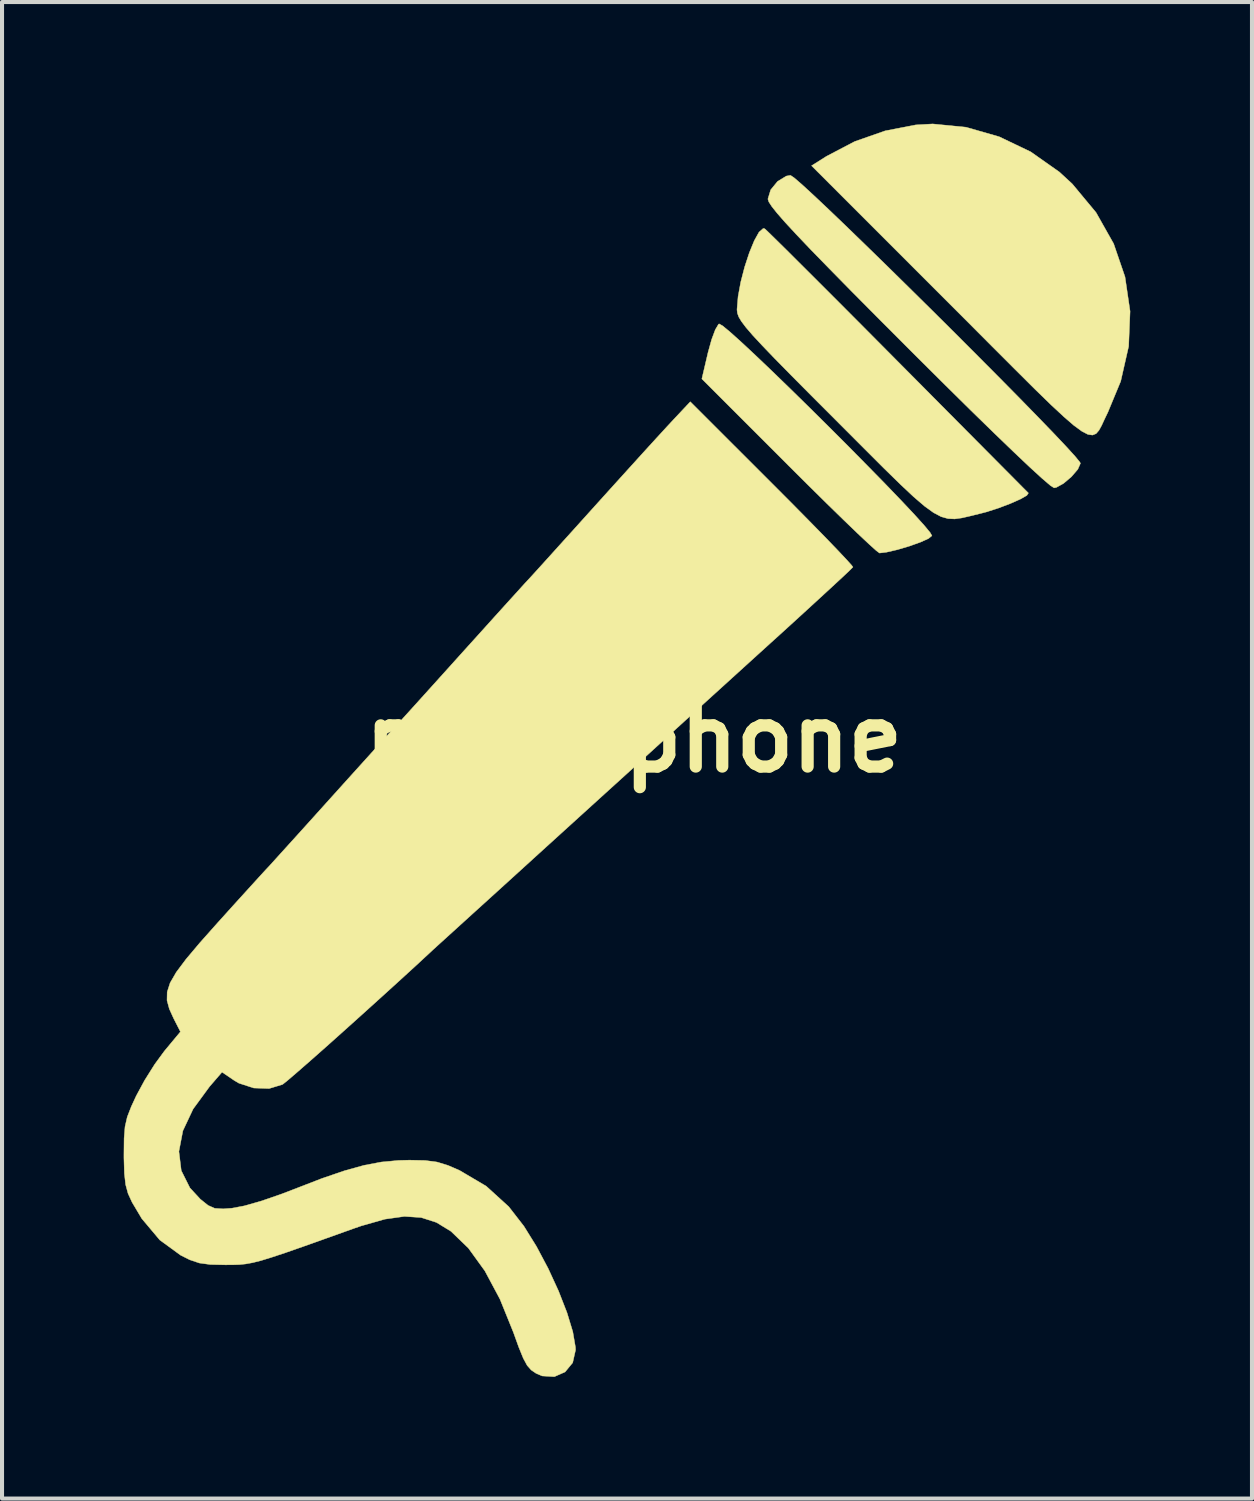
<source format=kicad_pcb>
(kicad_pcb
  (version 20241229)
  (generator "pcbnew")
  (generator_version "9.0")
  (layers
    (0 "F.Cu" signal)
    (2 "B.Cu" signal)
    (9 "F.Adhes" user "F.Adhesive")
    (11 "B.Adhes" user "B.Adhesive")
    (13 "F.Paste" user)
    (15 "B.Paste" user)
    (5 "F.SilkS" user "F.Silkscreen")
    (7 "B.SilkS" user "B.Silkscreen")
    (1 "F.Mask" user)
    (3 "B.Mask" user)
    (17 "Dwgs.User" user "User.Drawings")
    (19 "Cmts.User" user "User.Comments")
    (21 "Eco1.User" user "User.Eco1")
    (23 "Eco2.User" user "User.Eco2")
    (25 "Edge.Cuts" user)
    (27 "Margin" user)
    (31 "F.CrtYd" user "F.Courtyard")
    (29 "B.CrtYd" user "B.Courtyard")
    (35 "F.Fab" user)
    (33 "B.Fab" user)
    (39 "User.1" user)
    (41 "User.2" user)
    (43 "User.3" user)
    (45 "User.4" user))
  (footprint "microphone"
    (layer "F.Cu")
    (at 12.577 15.157)
    (property "Reference" "microphone" (at 0 0 0) (layer "F.SilkS") (effects (font (size 1.524 1.524) (thickness 0.3))))
    (attr through_hole)
    (fp_poly (pts (xy 8.187 -15.071) (xy 9.003 -14.837) (xy 9.78 -14.465) (xy 10.486 -13.968) (xy 10.805 -13.674) (xy 11.391 -12.969) (xy 11.825 -12.2) (xy 12.105 -11.383) (xy 12.23 -10.534) (xy 12.195 -9.671) (xy 11.999 -8.808) (xy 11.684 -8.048) (xy 11.599 -7.871) (xy 11.529 -7.719) (xy 11.463 -7.599) (xy 11.392 -7.517) (xy 11.305 -7.482) (xy 11.192 -7.498) (xy 11.043 -7.575) (xy 10.848 -7.717) (xy 10.597 -7.934) (xy 10.279 -8.23) (xy 9.885 -8.613) (xy 9.405 -9.091) (xy 8.827 -9.669) (xy 8.143 -10.356) (xy 7.798 -10.701) (xy 4.378 -14.122) (xy 4.749 -14.356) (xy 5.442 -14.719) (xy 6.193 -14.982) (xy 6.945 -15.128) (xy 7.366 -15.152) (xy 8.187 -15.071)) (stroke (width 0.01) (type solid)) (fill yes) (layer "F.SilkS"))
    (fp_poly (pts (xy 2.185 -10.176) (xy 2.371 -10.022) (xy 2.646 -9.775) (xy 2.993 -9.451) (xy 3.397 -9.066) (xy 3.844 -8.633) (xy 4.318 -8.168) (xy 4.805 -7.685) (xy 5.289 -7.201) (xy 5.755 -6.728) (xy 6.19 -6.284) (xy 6.576 -5.882) (xy 6.9 -5.538) (xy 7.146 -5.266) (xy 7.3 -5.081) (xy 7.346 -5.001) (xy 7.262 -4.932) (xy 7.06 -4.841) (xy 6.788 -4.744) (xy 6.494 -4.657) (xy 6.226 -4.595) (xy 6.053 -4.574) (xy 5.976 -4.631) (xy 5.793 -4.796) (xy 5.519 -5.053) (xy 5.168 -5.391) (xy 4.754 -5.795) (xy 4.291 -6.252) (xy 3.821 -6.72) (xy 1.674 -8.868) (xy 1.828 -9.524) (xy 1.915 -9.838) (xy 2.006 -10.082) (xy 2.085 -10.214) (xy 2.1 -10.224) (xy 2.185 -10.176)) (stroke (width 0.01) (type solid)) (fill yes) (layer "F.SilkS"))
    (fp_poly (pts (xy 3.946 -13.827) (xy 4.139 -13.661) (xy 4.424 -13.399) (xy 4.789 -13.055) (xy 5.22 -12.642) (xy 5.705 -12.172) (xy 6.231 -11.659) (xy 6.784 -11.115) (xy 7.353 -10.553) (xy 7.923 -9.986) (xy 8.481 -9.427) (xy 9.016 -8.889) (xy 9.514 -8.384) (xy 9.961 -7.926) (xy 10.345 -7.528) (xy 10.654 -7.201) (xy 10.873 -6.96) (xy 10.99 -6.817) (xy 11.007 -6.786) (xy 10.942 -6.639) (xy 10.786 -6.457) (xy 10.591 -6.291) (xy 10.411 -6.191) (xy 10.356 -6.181) (xy 10.264 -6.24) (xy 10.063 -6.412) (xy 9.759 -6.69) (xy 9.362 -7.066) (xy 8.878 -7.532) (xy 8.317 -8.079) (xy 7.687 -8.701) (xy 6.994 -9.39) (xy 6.751 -9.633) (xy 5.99 -10.396) (xy 5.343 -11.048) (xy 4.802 -11.599) (xy 4.357 -12.056) (xy 4.003 -12.428) (xy 3.73 -12.723) (xy 3.532 -12.949) (xy 3.399 -13.116) (xy 3.325 -13.23) (xy 3.302 -13.301) (xy 3.302 -13.301) (xy 3.371 -13.528) (xy 3.541 -13.736) (xy 3.756 -13.867) (xy 3.859 -13.885) (xy 3.946 -13.827)) (stroke (width 0.01) (type solid)) (fill yes) (layer "F.SilkS"))
    (fp_poly (pts (xy 3.222 -12.57) (xy 3.296 -12.502) (xy 3.478 -12.324) (xy 3.757 -12.049) (xy 4.12 -11.687) (xy 4.558 -11.25) (xy 5.059 -10.749) (xy 5.611 -10.195) (xy 6.203 -9.599) (xy 6.5 -9.3) (xy 7.106 -8.69) (xy 7.675 -8.116) (xy 8.197 -7.59) (xy 8.66 -7.124) (xy 9.054 -6.727) (xy 9.367 -6.412) (xy 9.588 -6.189) (xy 9.707 -6.07) (xy 9.724 -6.053) (xy 9.685 -5.994) (xy 9.523 -5.902) (xy 9.277 -5.793) (xy 8.984 -5.682) (xy 8.684 -5.586) (xy 8.533 -5.547) (xy 8.289 -5.487) (xy 8.085 -5.44) (xy 7.908 -5.415) (xy 7.741 -5.423) (xy 7.571 -5.471) (xy 7.383 -5.571) (xy 7.163 -5.73) (xy 6.896 -5.959) (xy 6.568 -6.267) (xy 6.163 -6.663) (xy 5.669 -7.157) (xy 5.069 -7.758) (xy 4.974 -7.853) (xy 4.367 -8.461) (xy 3.871 -8.961) (xy 3.473 -9.366) (xy 3.163 -9.689) (xy 2.929 -9.941) (xy 2.763 -10.134) (xy 2.651 -10.282) (xy 2.584 -10.394) (xy 2.551 -10.485) (xy 2.541 -10.566) (xy 2.541 -10.584) (xy 2.567 -10.897) (xy 2.633 -11.256) (xy 2.729 -11.627) (xy 2.844 -11.977) (xy 2.966 -12.274) (xy 3.083 -12.485) (xy 3.186 -12.576) (xy 3.222 -12.57)) (stroke (width 0.01) (type solid)) (fill yes) (layer "F.SilkS"))
    (fp_poly (pts (xy 3.404 -6.29) (xy 3.882 -5.811) (xy 4.317 -5.37) (xy 4.698 -4.981) (xy 5.009 -4.658) (xy 5.238 -4.415) (xy 5.37 -4.268) (xy 5.398 -4.228) (xy 5.332 -4.161) (xy 5.156 -3.994) (xy 4.884 -3.742) (xy 4.533 -3.419) (xy 4.116 -3.037) (xy 3.65 -2.612) (xy 3.387 -2.374) (xy 2.879 -1.913) (xy 2.395 -1.473) (xy 1.952 -1.071) (xy 1.57 -0.724) (xy 1.269 -0.45) (xy 1.066 -0.265) (xy 1.016 -0.219) (xy 0.843 -0.061) (xy 0.567 0.19) (xy 0.214 0.511) (xy -0.193 0.882) (xy -0.631 1.279) (xy -0.847 1.475) (xy -1.291 1.878) (xy -1.716 2.264) (xy -2.098 2.611) (xy -2.414 2.898) (xy -2.64 3.104) (xy -2.709 3.167) (xy -2.917 3.356) (xy -3.213 3.625) (xy -3.561 3.941) (xy -3.923 4.269) (xy -3.977 4.318) (xy -4.307 4.618) (xy -4.599 4.883) (xy -4.827 5.09) (xy -4.963 5.214) (xy -4.982 5.232) (xy -5.367 5.589) (xy -5.797 5.982) (xy -6.254 6.397) (xy -6.719 6.817) (xy -7.173 7.225) (xy -7.599 7.606) (xy -7.978 7.941) (xy -8.293 8.216) (xy -8.523 8.414) (xy -8.652 8.518) (xy -8.666 8.527) (xy -8.993 8.626) (xy -9.373 8.613) (xy -9.739 8.494) (xy -9.849 8.429) (xy -10.154 8.222) (xy -10.461 8.577) (xy -10.867 9.131) (xy -11.119 9.667) (xy -11.217 10.176) (xy -11.159 10.648) (xy -10.946 11.074) (xy -10.69 11.352) (xy -10.498 11.506) (xy -10.334 11.579) (xy -10.126 11.592) (xy -9.912 11.576) (xy -9.608 11.519) (xy -9.189 11.4) (xy -8.697 11.23) (xy -8.373 11.106) (xy -7.696 10.844) (xy -7.135 10.652) (xy -6.656 10.519) (xy -6.224 10.437) (xy -5.804 10.398) (xy -5.535 10.391) (xy -5.147 10.399) (xy -4.853 10.438) (xy -4.578 10.523) (xy -4.296 10.646) (xy -3.642 11.032) (xy -3.086 11.538) (xy -2.712 12.02) (xy -2.404 12.516) (xy -2.115 13.06) (xy -1.859 13.616) (xy -1.651 14.149) (xy -1.507 14.622) (xy -1.442 15.001) (xy -1.439 15.07) (xy -1.51 15.385) (xy -1.697 15.612) (xy -1.961 15.729) (xy -2.263 15.711) (xy -2.413 15.647) (xy -2.533 15.565) (xy -2.632 15.453) (xy -2.728 15.275) (xy -2.84 15) (xy -2.972 14.634) (xy -3.303 13.817) (xy -3.675 13.121) (xy -4.081 12.56) (xy -4.51 12.146) (xy -4.868 11.927) (xy -5.244 11.806) (xy -5.657 11.778) (xy -6.14 11.846) (xy -6.72 12.011) (xy -6.9 12.073) (xy -7.596 12.322) (xy -8.152 12.52) (xy -8.59 12.673) (xy -8.93 12.786) (xy -9.193 12.867) (xy -9.4 12.919) (xy -9.571 12.95) (xy -9.727 12.966) (xy -9.889 12.971) (xy -10.074 12.972) (xy -10.444 12.964) (xy -10.714 12.927) (xy -10.951 12.847) (xy -11.176 12.734) (xy -11.688 12.36) (xy -12.132 11.832) (xy -12.371 11.43) (xy -12.47 11.215) (xy -12.53 10.995) (xy -12.561 10.719) (xy -12.572 10.336) (xy -12.572 10.245) (xy -12.568 9.852) (xy -12.545 9.566) (xy -12.49 9.326) (xy -12.391 9.071) (xy -12.268 8.805) (xy -12.062 8.424) (xy -11.814 8.029) (xy -11.576 7.704) (xy -11.571 7.698) (xy -11.179 7.226) (xy -11.347 6.897) (xy -11.453 6.664) (xy -11.51 6.454) (xy -11.506 6.247) (xy -11.434 6.022) (xy -11.282 5.759) (xy -11.042 5.438) (xy -10.704 5.037) (xy -10.259 4.536) (xy -10.223 4.497) (xy -9.878 4.114) (xy -9.571 3.776) (xy -9.321 3.501) (xy -9.146 3.309) (xy -9.064 3.22) (xy -9.061 3.217) (xy -8.994 3.146) (xy -8.83 2.965) (xy -8.582 2.691) (xy -8.265 2.341) (xy -7.896 1.932) (xy -7.488 1.479) (xy -7.452 1.439) (xy -7.042 0.984) (xy -6.668 0.57) (xy -6.347 0.215) (xy -6.093 -0.066) (xy -5.92 -0.256) (xy -5.845 -0.337) (xy -5.843 -0.339) (xy -5.777 -0.41) (xy -5.612 -0.591) (xy -5.364 -0.865) (xy -5.048 -1.215) (xy -4.679 -1.624) (xy -4.271 -2.077) (xy -4.235 -2.117) (xy -3.824 -2.572) (xy -3.451 -2.986) (xy -3.13 -3.341) (xy -2.875 -3.622) (xy -2.703 -3.812) (xy -2.628 -3.893) (xy -2.626 -3.895) (xy -2.56 -3.966) (xy -2.395 -4.147) (xy -2.147 -4.421) (xy -1.831 -4.771) (xy -1.461 -5.18) (xy -1.053 -5.633) (xy -1.017 -5.673) (xy -0.582 -6.155) (xy -0.161 -6.62) (xy 0.225 -7.046) (xy 0.557 -7.41) (xy 0.814 -7.69) (xy 0.968 -7.856) (xy 1.389 -8.304) (xy 3.404 -6.29)) (stroke (width 0.01) (type solid)) (fill yes) (layer "F.SilkS")))
  (gr_rect
    (start -3 -3)
    (end 27.812 33.891)
    (stroke (width 0.1) (type default))
    (fill no)
    (layer "Edge.Cuts")))
</source>
